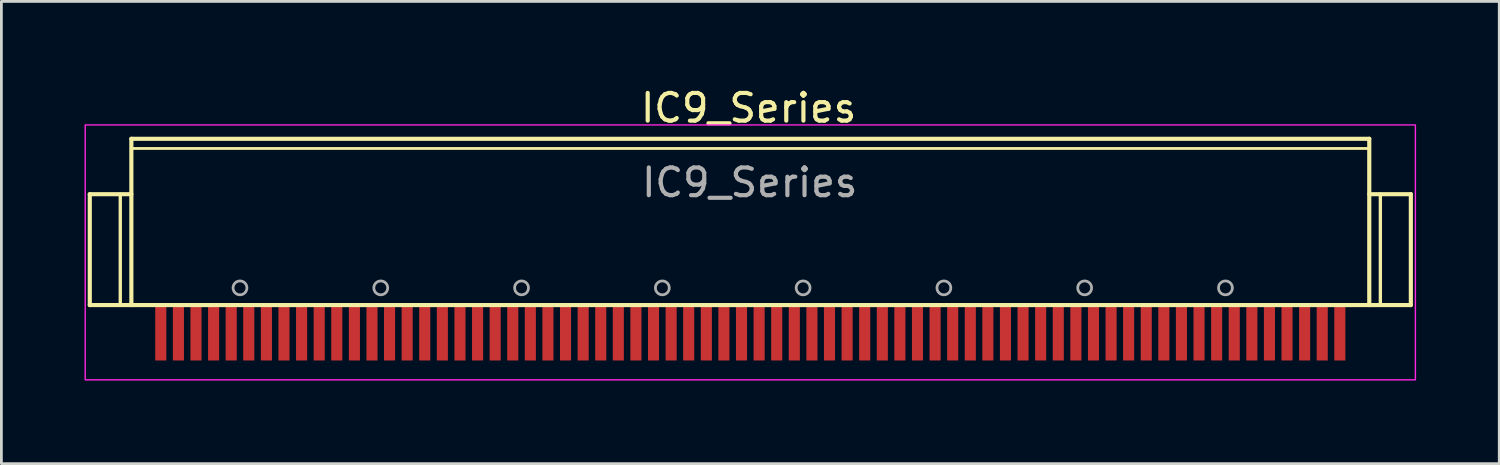
<source format=kicad_pcb>
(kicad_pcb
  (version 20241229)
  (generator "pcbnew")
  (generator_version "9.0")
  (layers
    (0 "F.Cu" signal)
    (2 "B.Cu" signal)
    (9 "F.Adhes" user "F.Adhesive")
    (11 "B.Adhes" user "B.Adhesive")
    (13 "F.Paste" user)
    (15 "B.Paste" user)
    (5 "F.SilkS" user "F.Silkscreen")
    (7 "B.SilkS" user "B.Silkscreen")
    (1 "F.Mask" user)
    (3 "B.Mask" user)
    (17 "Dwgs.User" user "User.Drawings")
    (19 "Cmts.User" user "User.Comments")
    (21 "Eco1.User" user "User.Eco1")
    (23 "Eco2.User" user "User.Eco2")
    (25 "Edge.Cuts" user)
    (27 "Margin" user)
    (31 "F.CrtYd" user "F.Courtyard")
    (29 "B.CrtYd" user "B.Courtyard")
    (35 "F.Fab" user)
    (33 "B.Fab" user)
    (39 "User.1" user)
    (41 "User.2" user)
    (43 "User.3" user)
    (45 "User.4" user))
  (footprint "IC9_Series"
    (layer "F.Cu")
    (at 24.025 7.958)
    (property "Reference" "IC9_Series" (at -0.06 -7.11 0) (unlocked yes) (layer "F.SilkS") (effects (font (size 1 1) (thickness 0.15))))
    (attr smd)
    (fp_rect (start -21.473 0) (end -21.073 2) (stroke (width 0) (type solid)) (fill yes) (layer "F.Mask"))
    (fp_rect (start -20.837 0) (end -20.438 2) (stroke (width 0) (type solid)) (fill yes) (layer "F.Mask"))
    (fp_rect (start -20.203 0) (end -19.802 2) (stroke (width 0) (type solid)) (fill yes) (layer "F.Mask"))
    (fp_rect (start -19.567 0) (end -19.168 2) (stroke (width 0) (type solid)) (fill yes) (layer "F.Mask"))
    (fp_rect (start -18.933 0) (end -18.532 2) (stroke (width 0) (type solid)) (fill yes) (layer "F.Mask"))
    (fp_rect (start -18.297 0) (end -17.898 2) (stroke (width 0) (type solid)) (fill yes) (layer "F.Mask"))
    (fp_rect (start -17.663 0) (end -17.262 2) (stroke (width 0) (type solid)) (fill yes) (layer "F.Mask"))
    (fp_rect (start -17.027 0) (end -16.628 2) (stroke (width 0) (type solid)) (fill yes) (layer "F.Mask"))
    (fp_rect (start -16.392 0) (end -15.992 2) (stroke (width 0) (type solid)) (fill yes) (layer "F.Mask"))
    (fp_rect (start -15.758 0) (end -15.357 2) (stroke (width 0) (type solid)) (fill yes) (layer "F.Mask"))
    (fp_rect (start -15.123 0) (end -14.723 2) (stroke (width 0) (type solid)) (fill yes) (layer "F.Mask"))
    (fp_rect (start -14.488 0) (end -14.088 2) (stroke (width 0) (type solid)) (fill yes) (layer "F.Mask"))
    (fp_rect (start -13.852 0) (end -13.453 2) (stroke (width 0) (type solid)) (fill yes) (layer "F.Mask"))
    (fp_rect (start -13.217 0) (end -12.818 2) (stroke (width 0) (type solid)) (fill yes) (layer "F.Mask"))
    (fp_rect (start -12.582 0) (end -12.182 2) (stroke (width 0) (type solid)) (fill yes) (layer "F.Mask"))
    (fp_rect (start -11.947 0) (end -11.547 2) (stroke (width 0) (type solid)) (fill yes) (layer "F.Mask"))
    (fp_rect (start -11.312 0) (end -10.912 2) (stroke (width 0) (type solid)) (fill yes) (layer "F.Mask"))
    (fp_rect (start -10.678 0) (end -10.277 2) (stroke (width 0) (type solid)) (fill yes) (layer "F.Mask"))
    (fp_rect (start -10.043 0) (end -9.643 2) (stroke (width 0) (type solid)) (fill yes) (layer "F.Mask"))
    (fp_rect (start -9.408 0) (end -9.008 2) (stroke (width 0) (type solid)) (fill yes) (layer "F.Mask"))
    (fp_rect (start -8.773 0) (end -8.373 2) (stroke (width 0) (type solid)) (fill yes) (layer "F.Mask"))
    (fp_rect (start -8.137 0) (end -7.737 2) (stroke (width 0) (type solid)) (fill yes) (layer "F.Mask"))
    (fp_rect (start -7.503 0) (end -7.103 2) (stroke (width 0) (type solid)) (fill yes) (layer "F.Mask"))
    (fp_rect (start -6.867 0) (end -6.468 2) (stroke (width 0) (type solid)) (fill yes) (layer "F.Mask"))
    (fp_rect (start -6.232 0) (end -5.832 2) (stroke (width 0) (type solid)) (fill yes) (layer "F.Mask"))
    (fp_rect (start -5.598 0) (end -5.197 2) (stroke (width 0) (type solid)) (fill yes) (layer "F.Mask"))
    (fp_rect (start -4.963 0) (end -4.562 2) (stroke (width 0) (type solid)) (fill yes) (layer "F.Mask"))
    (fp_rect (start -4.327 0) (end -3.928 2) (stroke (width 0) (type solid)) (fill yes) (layer "F.Mask"))
    (fp_rect (start -3.692 0) (end -3.292 2) (stroke (width 0) (type solid)) (fill yes) (layer "F.Mask"))
    (fp_rect (start -3.058 0) (end -2.658 2) (stroke (width 0) (type solid)) (fill yes) (layer "F.Mask"))
    (fp_rect (start -2.422 0) (end -2.022 2) (stroke (width 0) (type solid)) (fill yes) (layer "F.Mask"))
    (fp_rect (start -1.788 0) (end -1.387 2) (stroke (width 0) (type solid)) (fill yes) (layer "F.Mask"))
    (fp_rect (start -1.153 0) (end -0.752 2) (stroke (width 0) (type solid)) (fill yes) (layer "F.Mask"))
    (fp_rect (start -0.517 0) (end -0.117 2) (stroke (width 0) (type solid)) (fill yes) (layer "F.Mask"))
    (fp_rect (start 0.117 0) (end 0.517 2) (stroke (width 0) (type solid)) (fill yes) (layer "F.Mask"))
    (fp_rect (start 0.752 0) (end 1.153 2) (stroke (width 0) (type solid)) (fill yes) (layer "F.Mask"))
    (fp_rect (start 1.387 0) (end 1.788 2) (stroke (width 0) (type solid)) (fill yes) (layer "F.Mask"))
    (fp_rect (start 2.022 0) (end 2.422 2) (stroke (width 0) (type solid)) (fill yes) (layer "F.Mask"))
    (fp_rect (start 2.658 0) (end 3.058 2) (stroke (width 0) (type solid)) (fill yes) (layer "F.Mask"))
    (fp_rect (start 3.292 0) (end 3.692 2) (stroke (width 0) (type solid)) (fill yes) (layer "F.Mask"))
    (fp_rect (start 3.928 0) (end 4.327 2) (stroke (width 0) (type solid)) (fill yes) (layer "F.Mask"))
    (fp_rect (start 4.562 0) (end 4.963 2) (stroke (width 0) (type solid)) (fill yes) (layer "F.Mask"))
    (fp_rect (start 5.197 0) (end 5.598 2) (stroke (width 0) (type solid)) (fill yes) (layer "F.Mask"))
    (fp_rect (start 5.832 0) (end 6.232 2) (stroke (width 0) (type solid)) (fill yes) (layer "F.Mask"))
    (fp_rect (start 6.468 0) (end 6.867 2) (stroke (width 0) (type solid)) (fill yes) (layer "F.Mask"))
    (fp_rect (start 7.103 0) (end 7.503 2) (stroke (width 0) (type solid)) (fill yes) (layer "F.Mask"))
    (fp_rect (start 7.737 0) (end 8.137 2) (stroke (width 0) (type solid)) (fill yes) (layer "F.Mask"))
    (fp_rect (start 8.373 0) (end 8.773 2) (stroke (width 0) (type solid)) (fill yes) (layer "F.Mask"))
    (fp_rect (start 9.008 0) (end 9.408 2) (stroke (width 0) (type solid)) (fill yes) (layer "F.Mask"))
    (fp_rect (start 9.643 0) (end 10.043 2) (stroke (width 0) (type solid)) (fill yes) (layer "F.Mask"))
    (fp_rect (start 10.277 0) (end 10.678 2) (stroke (width 0) (type solid)) (fill yes) (layer "F.Mask"))
    (fp_rect (start 10.912 0) (end 11.312 2) (stroke (width 0) (type solid)) (fill yes) (layer "F.Mask"))
    (fp_rect (start 11.547 0) (end 11.947 2) (stroke (width 0) (type solid)) (fill yes) (layer "F.Mask"))
    (fp_rect (start 12.182 0) (end 12.582 2) (stroke (width 0) (type solid)) (fill yes) (layer "F.Mask"))
    (fp_rect (start 12.818 0) (end 13.217 2) (stroke (width 0) (type solid)) (fill yes) (layer "F.Mask"))
    (fp_rect (start 13.453 0) (end 13.852 2) (stroke (width 0) (type solid)) (fill yes) (layer "F.Mask"))
    (fp_rect (start 14.088 0) (end 14.488 2) (stroke (width 0) (type solid)) (fill yes) (layer "F.Mask"))
    (fp_rect (start 14.723 0) (end 15.123 2) (stroke (width 0) (type solid)) (fill yes) (layer "F.Mask"))
    (fp_rect (start 15.357 0) (end 15.758 2) (stroke (width 0) (type solid)) (fill yes) (layer "F.Mask"))
    (fp_rect (start 15.992 0) (end 16.392 2) (stroke (width 0) (type solid)) (fill yes) (layer "F.Mask"))
    (fp_rect (start 16.628 0) (end 17.027 2) (stroke (width 0) (type solid)) (fill yes) (layer "F.Mask"))
    (fp_rect (start 17.262 0) (end 17.663 2) (stroke (width 0) (type solid)) (fill yes) (layer "F.Mask"))
    (fp_rect (start 17.898 0) (end 18.297 2) (stroke (width 0) (type solid)) (fill yes) (layer "F.Mask"))
    (fp_rect (start 18.532 0) (end 18.933 2) (stroke (width 0) (type solid)) (fill yes) (layer "F.Mask"))
    (fp_rect (start 19.168 0) (end 19.567 2) (stroke (width 0) (type solid)) (fill yes) (layer "F.Mask"))
    (fp_rect (start 19.802 0) (end 20.203 2) (stroke (width 0) (type solid)) (fill yes) (layer "F.Mask"))
    (fp_rect (start 20.438 0) (end 20.837 2) (stroke (width 0) (type solid)) (fill yes) (layer "F.Mask"))
    (fp_rect (start 21.073 0) (end 21.473 2) (stroke (width 0) (type solid)) (fill yes) (layer "F.Mask"))
    (fp_line (start -23.835 -4) (end -23.835 0) (stroke (width 0.15) (type solid)) (layer "F.SilkS"))
    (fp_line (start -23.835 0) (end 23.835 0) (stroke (width 0.15) (type solid)) (layer "F.SilkS"))
    (fp_line (start -22.735 -4) (end -22.735 0) (stroke (width 0.12) (type solid)) (layer "F.SilkS"))
    (fp_line (start -22.335 -6) (end -22.335 0) (stroke (width 0.15) (type solid)) (layer "F.SilkS"))
    (fp_line (start -22.335 -4) (end -23.835 -4) (stroke (width 0.15) (type solid)) (layer "F.SilkS"))
    (fp_line (start 22.335 -6) (end -22.335 -6) (stroke (width 0.15) (type solid)) (layer "F.SilkS"))
    (fp_line (start 22.335 -5.65) (end -22.335 -5.65) (stroke (width 0.1) (type solid)) (layer "F.SilkS"))
    (fp_line (start 22.335 0) (end 22.335 -6) (stroke (width 0.15) (type solid)) (layer "F.SilkS"))
    (fp_line (start 22.735 -4) (end 22.735 0) (stroke (width 0.12) (type solid)) (layer "F.SilkS"))
    (fp_line (start 23.835 -4) (end 22.335 -4) (stroke (width 0.15) (type solid)) (layer "F.SilkS"))
    (fp_line (start 23.835 0) (end 23.835 -4) (stroke (width 0.15) (type solid)) (layer "F.SilkS"))
    (fp_rect (start -21.473 0) (end -21.073 2) (stroke (width 0) (type solid)) (fill yes) (layer "F.Paste"))
    (fp_rect (start -21.473 0) (end -21.073 2) (stroke (width 0) (type solid)) (fill yes) (layer "F.Paste"))
    (fp_rect (start -20.837 0) (end -20.438 2) (stroke (width 0) (type solid)) (fill yes) (layer "F.Paste"))
    (fp_rect (start -20.837 0) (end -20.438 2) (stroke (width 0) (type solid)) (fill yes) (layer "F.Paste"))
    (fp_rect (start -20.203 0) (end -19.802 2) (stroke (width 0) (type solid)) (fill yes) (layer "F.Paste"))
    (fp_rect (start -20.203 0) (end -19.802 2) (stroke (width 0) (type solid)) (fill yes) (layer "F.Paste"))
    (fp_rect (start -19.567 0) (end -19.168 2) (stroke (width 0) (type solid)) (fill yes) (layer "F.Paste"))
    (fp_rect (start -19.567 0) (end -19.168 2) (stroke (width 0) (type solid)) (fill yes) (layer "F.Paste"))
    (fp_rect (start -18.933 0) (end -18.532 2) (stroke (width 0) (type solid)) (fill yes) (layer "F.Paste"))
    (fp_rect (start -18.933 0) (end -18.532 2) (stroke (width 0) (type solid)) (fill yes) (layer "F.Paste"))
    (fp_rect (start -18.297 0) (end -17.898 2) (stroke (width 0) (type solid)) (fill yes) (layer "F.Paste"))
    (fp_rect (start -18.297 0) (end -17.898 2) (stroke (width 0) (type solid)) (fill yes) (layer "F.Paste"))
    (fp_rect (start -17.663 0) (end -17.262 2) (stroke (width 0) (type solid)) (fill yes) (layer "F.Paste"))
    (fp_rect (start -17.663 0) (end -17.262 2) (stroke (width 0) (type solid)) (fill yes) (layer "F.Paste"))
    (fp_rect (start -17.027 0) (end -16.628 2) (stroke (width 0) (type solid)) (fill yes) (layer "F.Paste"))
    (fp_rect (start -17.027 0) (end -16.628 2) (stroke (width 0) (type solid)) (fill yes) (layer "F.Paste"))
    (fp_rect (start -16.392 0) (end -15.992 2) (stroke (width 0) (type solid)) (fill yes) (layer "F.Paste"))
    (fp_rect (start -16.392 0) (end -15.992 2) (stroke (width 0) (type solid)) (fill yes) (layer "F.Paste"))
    (fp_rect (start -15.758 0) (end -15.357 2) (stroke (width 0) (type solid)) (fill yes) (layer "F.Paste"))
    (fp_rect (start -15.758 0) (end -15.357 2) (stroke (width 0) (type solid)) (fill yes) (layer "F.Paste"))
    (fp_rect (start -15.123 0) (end -14.723 2) (stroke (width 0) (type solid)) (fill yes) (layer "F.Paste"))
    (fp_rect (start -15.123 0) (end -14.723 2) (stroke (width 0) (type solid)) (fill yes) (layer "F.Paste"))
    (fp_rect (start -14.488 0) (end -14.088 2) (stroke (width 0) (type solid)) (fill yes) (layer "F.Paste"))
    (fp_rect (start -14.488 0) (end -14.088 2) (stroke (width 0) (type solid)) (fill yes) (layer "F.Paste"))
    (fp_rect (start -13.852 0) (end -13.453 2) (stroke (width 0) (type solid)) (fill yes) (layer "F.Paste"))
    (fp_rect (start -13.852 0) (end -13.453 2) (stroke (width 0) (type solid)) (fill yes) (layer "F.Paste"))
    (fp_rect (start -13.217 0) (end -12.818 2) (stroke (width 0) (type solid)) (fill yes) (layer "F.Paste"))
    (fp_rect (start -13.217 0) (end -12.818 2) (stroke (width 0) (type solid)) (fill yes) (layer "F.Paste"))
    (fp_rect (start -12.582 0) (end -12.182 2) (stroke (width 0) (type solid)) (fill yes) (layer "F.Paste"))
    (fp_rect (start -12.582 0) (end -12.182 2) (stroke (width 0) (type solid)) (fill yes) (layer "F.Paste"))
    (fp_rect (start -11.947 0) (end -11.547 2) (stroke (width 0) (type solid)) (fill yes) (layer "F.Paste"))
    (fp_rect (start -11.947 0) (end -11.547 2) (stroke (width 0) (type solid)) (fill yes) (layer "F.Paste"))
    (fp_rect (start -11.312 0) (end -10.912 2) (stroke (width 0) (type solid)) (fill yes) (layer "F.Paste"))
    (fp_rect (start -11.312 0) (end -10.912 2) (stroke (width 0) (type solid)) (fill yes) (layer "F.Paste"))
    (fp_rect (start -10.678 0) (end -10.277 2) (stroke (width 0) (type solid)) (fill yes) (layer "F.Paste"))
    (fp_rect (start -10.678 0) (end -10.277 2) (stroke (width 0) (type solid)) (fill yes) (layer "F.Paste"))
    (fp_rect (start -10.043 0) (end -9.643 2) (stroke (width 0) (type solid)) (fill yes) (layer "F.Paste"))
    (fp_rect (start -10.043 0) (end -9.643 2) (stroke (width 0) (type solid)) (fill yes) (layer "F.Paste"))
    (fp_rect (start -9.408 0) (end -9.008 2) (stroke (width 0) (type solid)) (fill yes) (layer "F.Paste"))
    (fp_rect (start -9.408 0) (end -9.008 2) (stroke (width 0) (type solid)) (fill yes) (layer "F.Paste"))
    (fp_rect (start -8.773 0) (end -8.373 2) (stroke (width 0) (type solid)) (fill yes) (layer "F.Paste"))
    (fp_rect (start -8.773 0) (end -8.373 2) (stroke (width 0) (type solid)) (fill yes) (layer "F.Paste"))
    (fp_rect (start -8.137 0) (end -7.737 2) (stroke (width 0) (type solid)) (fill yes) (layer "F.Paste"))
    (fp_rect (start -8.137 0) (end -7.737 2) (stroke (width 0) (type solid)) (fill yes) (layer "F.Paste"))
    (fp_rect (start -7.503 0) (end -7.103 2) (stroke (width 0) (type solid)) (fill yes) (layer "F.Paste"))
    (fp_rect (start -7.503 0) (end -7.103 2) (stroke (width 0) (type solid)) (fill yes) (layer "F.Paste"))
    (fp_rect (start -6.867 0) (end -6.468 2) (stroke (width 0) (type solid)) (fill yes) (layer "F.Paste"))
    (fp_rect (start -6.867 0) (end -6.468 2) (stroke (width 0) (type solid)) (fill yes) (layer "F.Paste"))
    (fp_rect (start -6.232 0) (end -5.832 2) (stroke (width 0) (type solid)) (fill yes) (layer "F.Paste"))
    (fp_rect (start -6.232 0) (end -5.832 2) (stroke (width 0) (type solid)) (fill yes) (layer "F.Paste"))
    (fp_rect (start -5.598 0) (end -5.197 2) (stroke (width 0) (type solid)) (fill yes) (layer "F.Paste"))
    (fp_rect (start -5.598 0) (end -5.197 2) (stroke (width 0) (type solid)) (fill yes) (layer "F.Paste"))
    (fp_rect (start -4.963 0) (end -4.562 2) (stroke (width 0) (type solid)) (fill yes) (layer "F.Paste"))
    (fp_rect (start -4.963 0) (end -4.562 2) (stroke (width 0) (type solid)) (fill yes) (layer "F.Paste"))
    (fp_rect (start -4.327 0) (end -3.928 2) (stroke (width 0) (type solid)) (fill yes) (layer "F.Paste"))
    (fp_rect (start -4.327 0) (end -3.928 2) (stroke (width 0) (type solid)) (fill yes) (layer "F.Paste"))
    (fp_rect (start -3.692 0) (end -3.292 2) (stroke (width 0) (type solid)) (fill yes) (layer "F.Paste"))
    (fp_rect (start -3.692 0) (end -3.292 2) (stroke (width 0) (type solid)) (fill yes) (layer "F.Paste"))
    (fp_rect (start -3.058 0) (end -2.658 2) (stroke (width 0) (type solid)) (fill yes) (layer "F.Paste"))
    (fp_rect (start -3.058 0) (end -2.658 2) (stroke (width 0) (type solid)) (fill yes) (layer "F.Paste"))
    (fp_rect (start -2.422 0) (end -2.022 2) (stroke (width 0) (type solid)) (fill yes) (layer "F.Paste"))
    (fp_rect (start -2.422 0) (end -2.022 2) (stroke (width 0) (type solid)) (fill yes) (layer "F.Paste"))
    (fp_rect (start -1.788 0) (end -1.387 2) (stroke (width 0) (type solid)) (fill yes) (layer "F.Paste"))
    (fp_rect (start -1.788 0) (end -1.387 2) (stroke (width 0) (type solid)) (fill yes) (layer "F.Paste"))
    (fp_rect (start -1.153 0) (end -0.752 2) (stroke (width 0) (type solid)) (fill yes) (layer "F.Paste"))
    (fp_rect (start -1.153 0) (end -0.752 2) (stroke (width 0) (type solid)) (fill yes) (layer "F.Paste"))
    (fp_rect (start -0.517 0) (end -0.117 2) (stroke (width 0) (type solid)) (fill yes) (layer "F.Paste"))
    (fp_rect (start -0.517 0) (end -0.117 2) (stroke (width 0) (type solid)) (fill yes) (layer "F.Paste"))
    (fp_rect (start 0.117 0) (end 0.517 2) (stroke (width 0) (type solid)) (fill yes) (layer "F.Paste"))
    (fp_rect (start 0.117 0) (end 0.517 2) (stroke (width 0) (type solid)) (fill yes) (layer "F.Paste"))
    (fp_rect (start 0.752 0) (end 1.153 2) (stroke (width 0) (type solid)) (fill yes) (layer "F.Paste"))
    (fp_rect (start 0.752 0) (end 1.153 2) (stroke (width 0) (type solid)) (fill yes) (layer "F.Paste"))
    (fp_rect (start 1.387 0) (end 1.788 2) (stroke (width 0) (type solid)) (fill yes) (layer "F.Paste"))
    (fp_rect (start 1.387 0) (end 1.788 2) (stroke (width 0) (type solid)) (fill yes) (layer "F.Paste"))
    (fp_rect (start 2.022 0) (end 2.422 2) (stroke (width 0) (type solid)) (fill yes) (layer "F.Paste"))
    (fp_rect (start 2.022 0) (end 2.422 2) (stroke (width 0) (type solid)) (fill yes) (layer "F.Paste"))
    (fp_rect (start 2.658 0) (end 3.058 2) (stroke (width 0) (type solid)) (fill yes) (layer "F.Paste"))
    (fp_rect (start 2.658 0) (end 3.058 2) (stroke (width 0) (type solid)) (fill yes) (layer "F.Paste"))
    (fp_rect (start 3.292 0) (end 3.692 2) (stroke (width 0) (type solid)) (fill yes) (layer "F.Paste"))
    (fp_rect (start 3.292 0) (end 3.692 2) (stroke (width 0) (type solid)) (fill yes) (layer "F.Paste"))
    (fp_rect (start 3.928 0) (end 4.327 2) (stroke (width 0) (type solid)) (fill yes) (layer "F.Paste"))
    (fp_rect (start 3.928 0) (end 4.327 2) (stroke (width 0) (type solid)) (fill yes) (layer "F.Paste"))
    (fp_rect (start 4.562 0) (end 4.963 2) (stroke (width 0) (type solid)) (fill yes) (layer "F.Paste"))
    (fp_rect (start 4.562 0) (end 4.963 2) (stroke (width 0) (type solid)) (fill yes) (layer "F.Paste"))
    (fp_rect (start 5.197 0) (end 5.598 2) (stroke (width 0) (type solid)) (fill yes) (layer "F.Paste"))
    (fp_rect (start 5.197 0) (end 5.598 2) (stroke (width 0) (type solid)) (fill yes) (layer "F.Paste"))
    (fp_rect (start 5.832 0) (end 6.232 2) (stroke (width 0) (type solid)) (fill yes) (layer "F.Paste"))
    (fp_rect (start 5.832 0) (end 6.232 2) (stroke (width 0) (type solid)) (fill yes) (layer "F.Paste"))
    (fp_rect (start 6.468 0) (end 6.867 2) (stroke (width 0) (type solid)) (fill yes) (layer "F.Paste"))
    (fp_rect (start 6.468 0) (end 6.867 2) (stroke (width 0) (type solid)) (fill yes) (layer "F.Paste"))
    (fp_rect (start 7.103 0) (end 7.503 2) (stroke (width 0) (type solid)) (fill yes) (layer "F.Paste"))
    (fp_rect (start 7.103 0) (end 7.503 2) (stroke (width 0) (type solid)) (fill yes) (layer "F.Paste"))
    (fp_rect (start 7.737 0) (end 8.137 2) (stroke (width 0) (type solid)) (fill yes) (layer "F.Paste"))
    (fp_rect (start 7.737 0) (end 8.137 2) (stroke (width 0) (type solid)) (fill yes) (layer "F.Paste"))
    (fp_rect (start 8.373 0) (end 8.773 2) (stroke (width 0) (type solid)) (fill yes) (layer "F.Paste"))
    (fp_rect (start 8.373 0) (end 8.773 2) (stroke (width 0) (type solid)) (fill yes) (layer "F.Paste"))
    (fp_rect (start 9.008 0) (end 9.408 2) (stroke (width 0) (type solid)) (fill yes) (layer "F.Paste"))
    (fp_rect (start 9.008 0) (end 9.408 2) (stroke (width 0) (type solid)) (fill yes) (layer "F.Paste"))
    (fp_rect (start 9.643 0) (end 10.043 2) (stroke (width 0) (type solid)) (fill yes) (layer "F.Paste"))
    (fp_rect (start 9.643 0) (end 10.043 2) (stroke (width 0) (type solid)) (fill yes) (layer "F.Paste"))
    (fp_rect (start 10.277 0) (end 10.678 2) (stroke (width 0) (type solid)) (fill yes) (layer "F.Paste"))
    (fp_rect (start 10.277 0) (end 10.678 2) (stroke (width 0) (type solid)) (fill yes) (layer "F.Paste"))
    (fp_rect (start 10.912 0) (end 11.312 2) (stroke (width 0) (type solid)) (fill yes) (layer "F.Paste"))
    (fp_rect (start 10.912 0) (end 11.312 2) (stroke (width 0) (type solid)) (fill yes) (layer "F.Paste"))
    (fp_rect (start 11.547 0) (end 11.947 2) (stroke (width 0) (type solid)) (fill yes) (layer "F.Paste"))
    (fp_rect (start 11.547 0) (end 11.947 2) (stroke (width 0) (type solid)) (fill yes) (layer "F.Paste"))
    (fp_rect (start 12.182 0) (end 12.582 2) (stroke (width 0) (type solid)) (fill yes) (layer "F.Paste"))
    (fp_rect (start 12.182 0) (end 12.582 2) (stroke (width 0) (type solid)) (fill yes) (layer "F.Paste"))
    (fp_rect (start 12.818 0) (end 13.217 2) (stroke (width 0) (type solid)) (fill yes) (layer "F.Paste"))
    (fp_rect (start 12.818 0) (end 13.217 2) (stroke (width 0) (type solid)) (fill yes) (layer "F.Paste"))
    (fp_rect (start 13.453 0) (end 13.852 2) (stroke (width 0) (type solid)) (fill yes) (layer "F.Paste"))
    (fp_rect (start 13.453 0) (end 13.852 2) (stroke (width 0) (type solid)) (fill yes) (layer "F.Paste"))
    (fp_rect (start 14.088 0) (end 14.488 2) (stroke (width 0) (type solid)) (fill yes) (layer "F.Paste"))
    (fp_rect (start 14.088 0) (end 14.488 2) (stroke (width 0) (type solid)) (fill yes) (layer "F.Paste"))
    (fp_rect (start 14.723 0) (end 15.123 2) (stroke (width 0) (type solid)) (fill yes) (layer "F.Paste"))
    (fp_rect (start 14.723 0) (end 15.123 2) (stroke (width 0) (type solid)) (fill yes) (layer "F.Paste"))
    (fp_rect (start 15.357 0) (end 15.758 2) (stroke (width 0) (type solid)) (fill yes) (layer "F.Paste"))
    (fp_rect (start 15.357 0) (end 15.758 2) (stroke (width 0) (type solid)) (fill yes) (layer "F.Paste"))
    (fp_rect (start 15.992 0) (end 16.392 2) (stroke (width 0) (type solid)) (fill yes) (layer "F.Paste"))
    (fp_rect (start 15.992 0) (end 16.392 2) (stroke (width 0) (type solid)) (fill yes) (layer "F.Paste"))
    (fp_rect (start 16.628 0) (end 17.027 2) (stroke (width 0) (type solid)) (fill yes) (layer "F.Paste"))
    (fp_rect (start 16.628 0) (end 17.027 2) (stroke (width 0) (type solid)) (fill yes) (layer "F.Paste"))
    (fp_rect (start 17.262 0) (end 17.663 2) (stroke (width 0) (type solid)) (fill yes) (layer "F.Paste"))
    (fp_rect (start 17.262 0) (end 17.663 2) (stroke (width 0) (type solid)) (fill yes) (layer "F.Paste"))
    (fp_rect (start 17.898 0) (end 18.297 2) (stroke (width 0) (type solid)) (fill yes) (layer "F.Paste"))
    (fp_rect (start 17.898 0) (end 18.297 2) (stroke (width 0) (type solid)) (fill yes) (layer "F.Paste"))
    (fp_rect (start 18.532 0) (end 18.933 2) (stroke (width 0) (type solid)) (fill yes) (layer "F.Paste"))
    (fp_rect (start 18.532 0) (end 18.933 2) (stroke (width 0) (type solid)) (fill yes) (layer "F.Paste"))
    (fp_rect (start 19.168 0) (end 19.567 2) (stroke (width 0) (type solid)) (fill yes) (layer "F.Paste"))
    (fp_rect (start 19.168 0) (end 19.567 2) (stroke (width 0) (type solid)) (fill yes) (layer "F.Paste"))
    (fp_rect (start 19.802 0) (end 20.203 2) (stroke (width 0) (type solid)) (fill yes) (layer "F.Paste"))
    (fp_rect (start 19.802 0) (end 20.203 2) (stroke (width 0) (type solid)) (fill yes) (layer "F.Paste"))
    (fp_rect (start 20.438 0) (end 20.837 2) (stroke (width 0) (type solid)) (fill yes) (layer "F.Paste"))
    (fp_rect (start 20.438 0) (end 20.837 2) (stroke (width 0) (type solid)) (fill yes) (layer "F.Paste"))
    (fp_rect (start 21.073 0) (end 21.473 2) (stroke (width 0) (type solid)) (fill yes) (layer "F.Paste"))
    (fp_rect (start 21.073 0) (end 21.473 2) (stroke (width 0) (type solid)) (fill yes) (layer "F.Paste"))
    (fp_rect (start -24 -6.5) (end 24 2.698) (stroke (width 0.05) (type solid)) (fill no) (layer "F.CrtYd"))
    (fp_circle (center -18.415 -0.62) (end -18.165 -0.62) (stroke (width 0.1) (type solid)) (fill no) (layer "F.Fab"))
    (fp_circle (center -13.335 -0.62) (end -13.085 -0.62) (stroke (width 0.1) (type solid)) (fill no) (layer "F.Fab"))
    (fp_circle (center -8.255 -0.62) (end -8.005 -0.62) (stroke (width 0.1) (type solid)) (fill no) (layer "F.Fab"))
    (fp_circle (center -3.175 -0.62) (end -2.925 -0.62) (stroke (width 0.1) (type solid)) (fill no) (layer "F.Fab"))
    (fp_circle (center 1.905 -0.62) (end 2.155 -0.62) (stroke (width 0.1) (type solid)) (fill no) (layer "F.Fab"))
    (fp_circle (center 6.985 -0.62) (end 7.235 -0.62) (stroke (width 0.1) (type solid)) (fill no) (layer "F.Fab"))
    (fp_circle (center 12.065 -0.62) (end 12.315 -0.62) (stroke (width 0.1) (type solid)) (fill no) (layer "F.Fab"))
    (fp_circle (center 17.145 -0.62) (end 17.395 -0.62) (stroke (width 0.1) (type solid)) (fill no) (layer "F.Fab"))
    (fp_text user "${REFERENCE}" (at -0.02 -4.42 0) (unlocked yes) (layer "F.Fab") (effects (font (size 1 1) (thickness 0.15))))
    (pad "1" smd rect (at -21.273 1 90) (size 2 0.4) (layers "F.Cu" "F.Mask" "F.Paste"))
    (pad "2" smd rect (at -20.003 1 90) (size 2 0.4) (layers "F.Cu" "F.Mask" "F.Paste"))
    (pad "3" smd rect (at -18.733 1 90) (size 2 0.4) (layers "F.Cu" "F.Mask" "F.Paste"))
    (pad "4" smd rect (at -17.462 1 90) (size 2 0.4) (layers "F.Cu" "F.Mask" "F.Paste"))
    (pad "5" smd rect (at -16.192 1 90) (size 2 0.4) (layers "F.Cu" "F.Mask" "F.Paste"))
    (pad "6" smd rect (at -14.922 1 90) (size 2 0.4) (layers "F.Cu" "F.Mask" "F.Paste"))
    (pad "7" smd rect (at -13.652 1 90) (size 2 0.4) (layers "F.Cu" "F.Mask" "F.Paste"))
    (pad "8" smd rect (at -12.383 1 90) (size 2 0.4) (layers "F.Cu" "F.Mask" "F.Paste"))
    (pad "9" smd rect (at -11.113 1 90) (size 2 0.4) (layers "F.Cu" "F.Mask" "F.Paste"))
    (pad "10" smd rect (at -9.842 1 90) (size 2 0.4) (layers "F.Cu" "F.Mask" "F.Paste"))
    (pad "11" smd rect (at -8.572 1 90) (size 2 0.4) (layers "F.Cu" "F.Mask" "F.Paste"))
    (pad "12" smd rect (at -7.303 1 90) (size 2 0.4) (layers "F.Cu" "F.Mask" "F.Paste"))
    (pad "13" smd rect (at -6.032 1 90) (size 2 0.4) (layers "F.Cu" "F.Mask" "F.Paste"))
    (pad "14" smd rect (at -4.763 1 90) (size 2 0.4) (layers "F.Cu" "F.Mask" "F.Paste"))
    (pad "15" smd rect (at -3.493 1 90) (size 2 0.4) (layers "F.Cu" "F.Mask" "F.Paste"))
    (pad "16" smd rect (at -2.223 1 90) (size 2 0.4) (layers "F.Cu" "F.Mask" "F.Paste"))
    (pad "17" smd rect (at -0.953 1 90) (size 2 0.4) (layers "F.Cu" "F.Mask" "F.Paste"))
    (pad "18" smd rect (at 0.318 1 90) (size 2 0.4) (layers "F.Cu" "F.Mask" "F.Paste"))
    (pad "19" smd rect (at 1.587 1 90) (size 2 0.4) (layers "F.Cu" "F.Mask" "F.Paste"))
    (pad "20" smd rect (at 2.857 1 90) (size 2 0.4) (layers "F.Cu" "F.Mask" "F.Paste"))
    (pad "21" smd rect (at 4.128 1 90) (size 2 0.4) (layers "F.Cu" "F.Mask" "F.Paste"))
    (pad "22" smd rect (at 5.397 1 90) (size 2 0.4) (layers "F.Cu" "F.Mask" "F.Paste"))
    (pad "23" smd rect (at 6.668 1 90) (size 2 0.4) (layers "F.Cu" "F.Mask" "F.Paste"))
    (pad "24" smd rect (at 7.938 1 90) (size 2 0.4) (layers "F.Cu" "F.Mask" "F.Paste"))
    (pad "25" smd rect (at 9.207 1 90) (size 2 0.4) (layers "F.Cu" "F.Mask" "F.Paste"))
    (pad "26" smd rect (at 10.477 1 90) (size 2 0.4) (layers "F.Cu" "F.Mask" "F.Paste"))
    (pad "27" smd rect (at 11.748 1 90) (size 2 0.4) (layers "F.Cu" "F.Mask" "F.Paste"))
    (pad "28" smd rect (at 13.018 1 90) (size 2 0.4) (layers "F.Cu" "F.Mask" "F.Paste"))
    (pad "29" smd rect (at 14.287 1 90) (size 2 0.4) (layers "F.Cu" "F.Mask" "F.Paste"))
    (pad "30" smd rect (at 15.557 1 90) (size 2 0.4) (layers "F.Cu" "F.Mask" "F.Paste"))
    (pad "31" smd rect (at 16.828 1 90) (size 2 0.4) (layers "F.Cu" "F.Mask" "F.Paste"))
    (pad "32" smd rect (at 18.098 1 90) (size 2 0.4) (layers "F.Cu" "F.Mask" "F.Paste"))
    (pad "33" smd rect (at 19.367 1 90) (size 2 0.4) (layers "F.Cu" "F.Mask" "F.Paste"))
    (pad "34" smd rect (at 20.637 1 90) (size 2 0.4) (layers "F.Cu" "F.Mask" "F.Paste"))
    (pad "35" smd rect (at -20.637 1 90) (size 2 0.4) (layers "F.Cu" "F.Mask" "F.Paste"))
    (pad "36" smd rect (at -19.367 1 90) (size 2 0.4) (layers "F.Cu" "F.Mask" "F.Paste"))
    (pad "37" smd rect (at -18.098 1 90) (size 2 0.4) (layers "F.Cu" "F.Mask" "F.Paste"))
    (pad "38" smd rect (at -16.828 1 90) (size 2 0.4) (layers "F.Cu" "F.Mask" "F.Paste"))
    (pad "39" smd rect (at -15.557 1 90) (size 2 0.4) (layers "F.Cu" "F.Mask" "F.Paste"))
    (pad "40" smd rect (at -14.287 1 90) (size 2 0.4) (layers "F.Cu" "F.Mask" "F.Paste"))
    (pad "41" smd rect (at -13.018 1 90) (size 2 0.4) (layers "F.Cu" "F.Mask" "F.Paste"))
    (pad "42" smd rect (at -11.748 1 90) (size 2 0.4) (layers "F.Cu" "F.Mask" "F.Paste"))
    (pad "43" smd rect (at -10.477 1 90) (size 2 0.4) (layers "F.Cu" "F.Mask" "F.Paste"))
    (pad "44" smd rect (at -9.207 1 90) (size 2 0.4) (layers "F.Cu" "F.Mask" "F.Paste"))
    (pad "45" smd rect (at -7.938 1 90) (size 2 0.4) (layers "F.Cu" "F.Mask" "F.Paste"))
    (pad "46" smd rect (at -6.668 1 90) (size 2 0.4) (layers "F.Cu" "F.Mask" "F.Paste"))
    (pad "47" smd rect (at -5.397 1 90) (size 2 0.4) (layers "F.Cu" "F.Mask" "F.Paste"))
    (pad "48" smd rect (at -4.128 1 90) (size 2 0.4) (layers "F.Cu" "F.Mask" "F.Paste"))
    (pad "49" smd rect (at -2.857 1 90) (size 2 0.4) (layers "F.Cu" "F.Mask" "F.Paste"))
    (pad "50" smd rect (at -1.587 1 90) (size 2 0.4) (layers "F.Cu" "F.Mask" "F.Paste"))
    (pad "51" smd rect (at -0.318 1 90) (size 2 0.4) (layers "F.Cu" "F.Mask" "F.Paste"))
    (pad "52" smd rect (at 0.953 1 90) (size 2 0.4) (layers "F.Cu" "F.Mask" "F.Paste"))
    (pad "53" smd rect (at 2.223 1 90) (size 2 0.4) (layers "F.Cu" "F.Mask" "F.Paste"))
    (pad "54" smd rect (at 3.493 1 90) (size 2 0.4) (layers "F.Cu" "F.Mask" "F.Paste"))
    (pad "55" smd rect (at 4.763 1 90) (size 2 0.4) (layers "F.Cu" "F.Mask" "F.Paste"))
    (pad "56" smd rect (at 6.032 1 90) (size 2 0.4) (layers "F.Cu" "F.Mask" "F.Paste"))
    (pad "57" smd rect (at 7.303 1 90) (size 2 0.4) (layers "F.Cu" "F.Mask" "F.Paste"))
    (pad "58" smd rect (at 8.572 1 90) (size 2 0.4) (layers "F.Cu" "F.Mask" "F.Paste"))
    (pad "59" smd rect (at 9.842 1 90) (size 2 0.4) (layers "F.Cu" "F.Mask" "F.Paste"))
    (pad "60" smd rect (at 11.113 1 90) (size 2 0.4) (layers "F.Cu" "F.Mask" "F.Paste"))
    (pad "61" smd rect (at 12.383 1 90) (size 2 0.4) (layers "F.Cu" "F.Mask" "F.Paste"))
    (pad "62" smd rect (at 13.652 1 90) (size 2 0.4) (layers "F.Cu" "F.Mask" "F.Paste"))
    (pad "63" smd rect (at 14.922 1 90) (size 2 0.4) (layers "F.Cu" "F.Mask" "F.Paste"))
    (pad "64" smd rect (at 16.192 1 270) (size 2 0.4) (layers "F.Cu" "F.Mask" "F.Paste"))
    (pad "65" smd rect (at 17.462 1 90) (size 2 0.4) (layers "F.Cu" "F.Mask" "F.Paste"))
    (pad "66" smd rect (at 18.733 1 90) (size 2 0.4) (layers "F.Cu" "F.Mask" "F.Paste"))
    (pad "67" smd rect (at 20.003 1 90) (size 2 0.4) (layers "F.Cu" "F.Mask" "F.Paste"))
    (pad "68" smd rect (at 21.273 1 90) (size 2 0.4) (layers "F.Cu" "F.Mask" "F.Paste")))
  (gr_rect
    (start -3 -3)
    (end 51.05 13.681)
    (stroke (width 0.1) (type default))
    (fill no)
    (layer "Edge.Cuts")))
</source>
